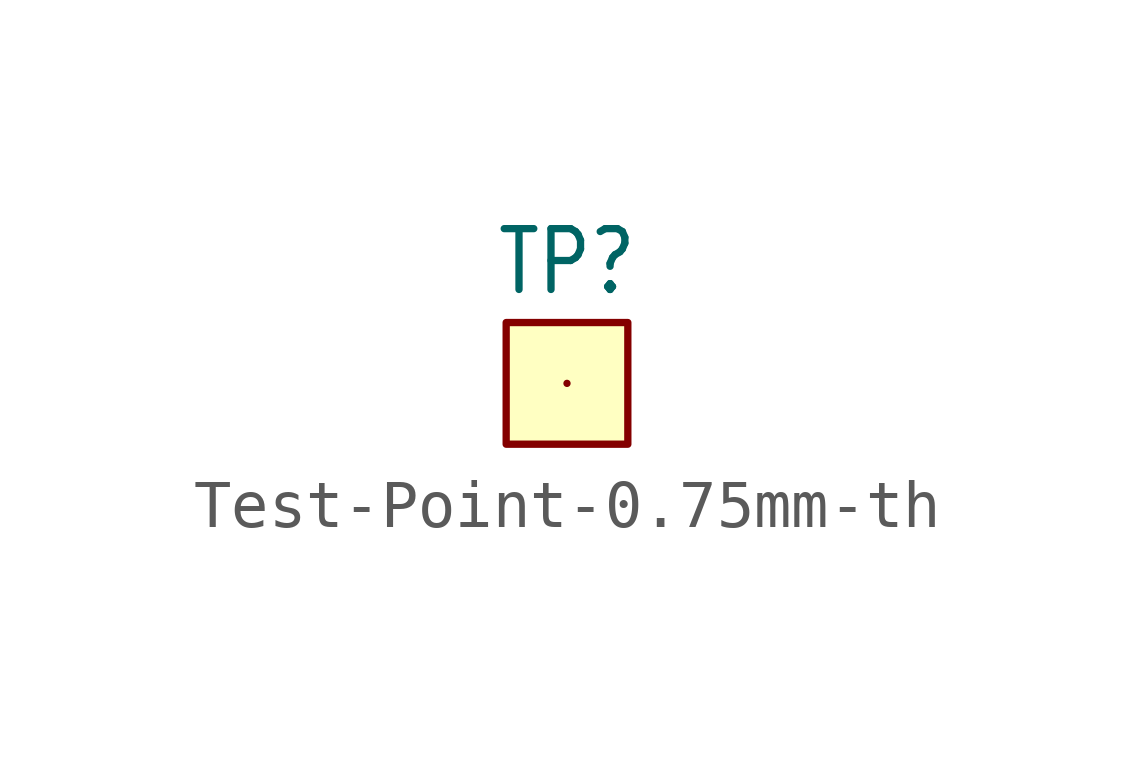
<source format=kicad_sym>
(kicad_symbol_lib
  (version 20241209)
  (generator "kicad_symbol_editor")
  (generator_version "9.0")
  (symbol "Test-Point-0.75mm-th"
    (property "Reference" "TP"
      (at 0 2.54 0)
      (effects (font (size 1.27 1.079))))
    (symbol "Test-Point-0.75mm-th_1_0"
      (pin passive line (at 0 0 0) (length 0) (name "1" (effects (font (size 0 0)))) (number "1" (effects (font (size 0 0))))))
    (symbol "Test-Point-0.75mm-th_1_1"
      (rectangle (start -1.27 1.27) (end 1.27 -1.27) (stroke (width 0) (type default)) (fill (type background))))))
</source>
